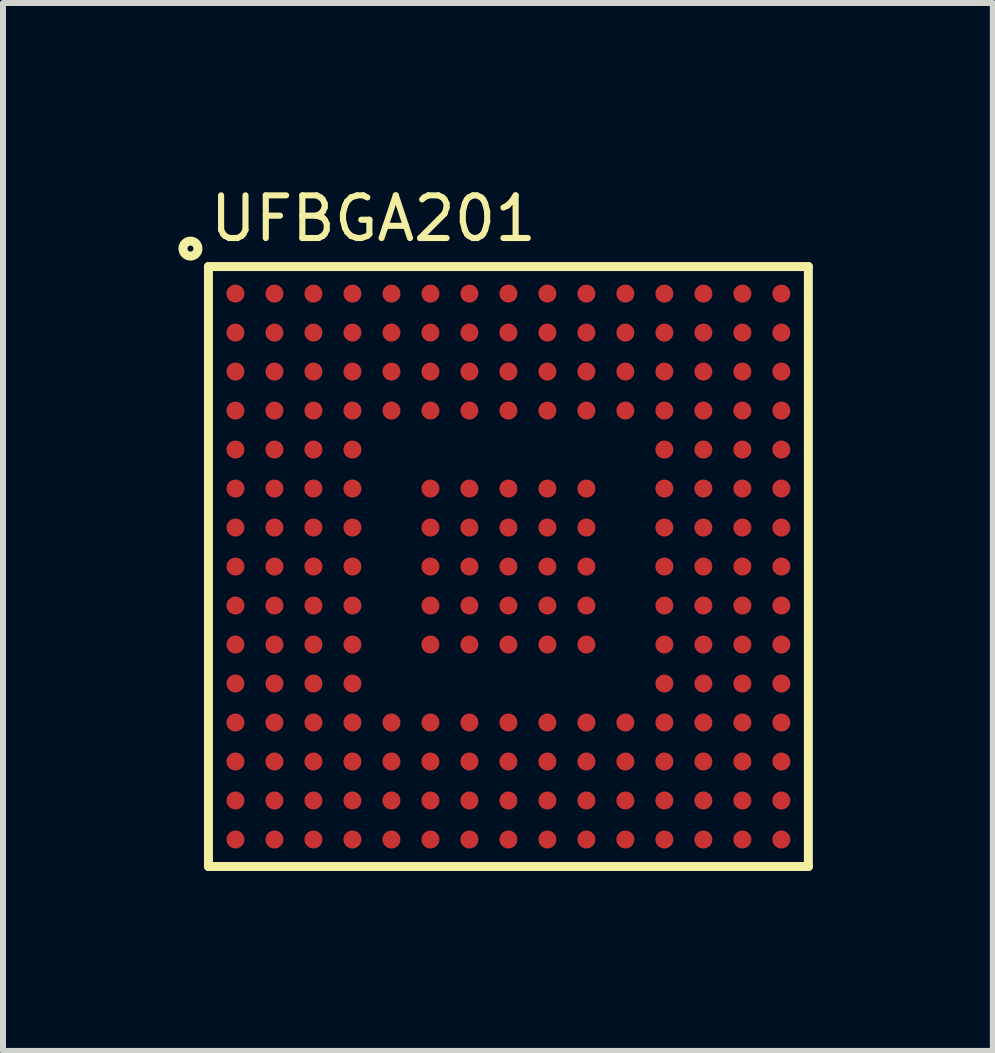
<source format=kicad_pcb>
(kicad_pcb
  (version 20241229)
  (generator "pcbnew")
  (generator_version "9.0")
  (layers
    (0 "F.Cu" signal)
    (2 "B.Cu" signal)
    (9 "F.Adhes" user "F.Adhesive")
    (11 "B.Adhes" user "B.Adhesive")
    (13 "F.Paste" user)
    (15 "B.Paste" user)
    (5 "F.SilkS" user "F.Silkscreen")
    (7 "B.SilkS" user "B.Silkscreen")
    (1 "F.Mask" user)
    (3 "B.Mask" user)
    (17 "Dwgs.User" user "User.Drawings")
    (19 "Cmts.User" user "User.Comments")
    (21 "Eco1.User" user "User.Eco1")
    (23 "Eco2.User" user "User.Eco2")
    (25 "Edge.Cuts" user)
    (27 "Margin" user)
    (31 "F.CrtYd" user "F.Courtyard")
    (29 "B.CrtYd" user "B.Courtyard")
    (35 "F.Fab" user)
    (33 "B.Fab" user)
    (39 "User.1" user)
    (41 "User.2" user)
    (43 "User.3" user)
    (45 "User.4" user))
  (footprint "UFBGA201"
    (layer "F.Cu")
    (at 0.875 1.844)
    (property "Reference" "UFBGA201" (at 2.3 -1.25 0) (layer "F.SilkS") (effects (font (size 0.711 0.711) (thickness 0.102))))
    (attr through_hole)
    (fp_line (start -0.45 -0.45) (end -0.45 9.55) (stroke (width 0.15) (type solid)) (layer "F.SilkS"))
    (fp_line (start -0.45 9.55) (end 9.55 9.55) (stroke (width 0.15) (type solid)) (layer "F.SilkS"))
    (fp_line (start 9.55 -0.45) (end -0.45 -0.45) (stroke (width 0.15) (type solid)) (layer "F.SilkS"))
    (fp_line (start 9.55 9.55) (end 9.55 -0.45) (stroke (width 0.15) (type solid)) (layer "F.SilkS"))
    (fp_circle (center -0.75 -0.75) (end -0.75 -0.7) (stroke (width 0.15) (type solid)) (fill no) (layer "F.SilkS"))
    (pad "A1" smd circle (at 0 0) (size 0.3 0.3) (layers "F.Cu" "F.Mask" "F.Paste"))
    (pad "A2" smd circle (at 0.65 0) (size 0.3 0.3) (layers "F.Cu" "F.Mask" "F.Paste"))
    (pad "A3" smd circle (at 1.3 0) (size 0.3 0.3) (layers "F.Cu" "F.Mask" "F.Paste"))
    (pad "A4" smd circle (at 1.95 0) (size 0.3 0.3) (layers "F.Cu" "F.Mask" "F.Paste"))
    (pad "A5" smd circle (at 2.6 0) (size 0.3 0.3) (layers "F.Cu" "F.Mask" "F.Paste"))
    (pad "A6" smd circle (at 3.25 0) (size 0.3 0.3) (layers "F.Cu" "F.Mask" "F.Paste"))
    (pad "A7" smd circle (at 3.9 0) (size 0.3 0.3) (layers "F.Cu" "F.Mask" "F.Paste"))
    (pad "A8" smd circle (at 4.55 0) (size 0.3 0.3) (layers "F.Cu" "F.Mask" "F.Paste"))
    (pad "A9" smd circle (at 5.2 0) (size 0.3 0.3) (layers "F.Cu" "F.Mask" "F.Paste"))
    (pad "A10" smd circle (at 5.85 0) (size 0.3 0.3) (layers "F.Cu" "F.Mask" "F.Paste"))
    (pad "A11" smd circle (at 6.5 0) (size 0.3 0.3) (layers "F.Cu" "F.Mask" "F.Paste"))
    (pad "A12" smd circle (at 7.15 0) (size 0.3 0.3) (layers "F.Cu" "F.Mask" "F.Paste"))
    (pad "A13" smd circle (at 7.8 0) (size 0.3 0.3) (layers "F.Cu" "F.Mask" "F.Paste"))
    (pad "A14" smd circle (at 8.45 0) (size 0.3 0.3) (layers "F.Cu" "F.Mask" "F.Paste"))
    (pad "A15" smd circle (at 9.1 0) (size 0.3 0.3) (layers "F.Cu" "F.Mask" "F.Paste"))
    (pad "B1" smd circle (at 0 0.65) (size 0.3 0.3) (layers "F.Cu" "F.Mask" "F.Paste"))
    (pad "B2" smd circle (at 0.65 0.65) (size 0.3 0.3) (layers "F.Cu" "F.Mask" "F.Paste"))
    (pad "B3" smd circle (at 1.3 0.65) (size 0.3 0.3) (layers "F.Cu" "F.Mask" "F.Paste"))
    (pad "B4" smd circle (at 1.95 0.65) (size 0.3 0.3) (layers "F.Cu" "F.Mask" "F.Paste"))
    (pad "B5" smd circle (at 2.6 0.65) (size 0.3 0.3) (layers "F.Cu" "F.Mask" "F.Paste"))
    (pad "B6" smd circle (at 3.25 0.65) (size 0.3 0.3) (layers "F.Cu" "F.Mask" "F.Paste"))
    (pad "B7" smd circle (at 3.9 0.65) (size 0.3 0.3) (layers "F.Cu" "F.Mask" "F.Paste"))
    (pad "B8" smd circle (at 4.55 0.65) (size 0.3 0.3) (layers "F.Cu" "F.Mask" "F.Paste"))
    (pad "B9" smd circle (at 5.2 0.65) (size 0.3 0.3) (layers "F.Cu" "F.Mask" "F.Paste"))
    (pad "B10" smd circle (at 5.85 0.65) (size 0.3 0.3) (layers "F.Cu" "F.Mask" "F.Paste"))
    (pad "B11" smd circle (at 6.5 0.65) (size 0.3 0.3) (layers "F.Cu" "F.Mask" "F.Paste"))
    (pad "B12" smd circle (at 7.15 0.65) (size 0.3 0.3) (layers "F.Cu" "F.Mask" "F.Paste"))
    (pad "B13" smd circle (at 7.8 0.65) (size 0.3 0.3) (layers "F.Cu" "F.Mask" "F.Paste"))
    (pad "B14" smd circle (at 8.45 0.65) (size 0.3 0.3) (layers "F.Cu" "F.Mask" "F.Paste"))
    (pad "B15" smd circle (at 9.1 0.65) (size 0.3 0.3) (layers "F.Cu" "F.Mask" "F.Paste"))
    (pad "C1" smd circle (at 0 1.3) (size 0.3 0.3) (layers "F.Cu" "F.Mask" "F.Paste"))
    (pad "C2" smd circle (at 0.65 1.3) (size 0.3 0.3) (layers "F.Cu" "F.Mask" "F.Paste"))
    (pad "C3" smd circle (at 1.3 1.3) (size 0.3 0.3) (layers "F.Cu" "F.Mask" "F.Paste"))
    (pad "C4" smd circle (at 1.95 1.3) (size 0.3 0.3) (layers "F.Cu" "F.Mask" "F.Paste"))
    (pad "C5" smd circle (at 2.6 1.3) (size 0.3 0.3) (layers "F.Cu" "F.Mask" "F.Paste"))
    (pad "C6" smd circle (at 3.25 1.3) (size 0.3 0.3) (layers "F.Cu" "F.Mask" "F.Paste"))
    (pad "C7" smd circle (at 3.9 1.3) (size 0.3 0.3) (layers "F.Cu" "F.Mask" "F.Paste"))
    (pad "C8" smd circle (at 4.55 1.3) (size 0.3 0.3) (layers "F.Cu" "F.Mask" "F.Paste"))
    (pad "C9" smd circle (at 5.2 1.3) (size 0.3 0.3) (layers "F.Cu" "F.Mask" "F.Paste"))
    (pad "C10" smd circle (at 5.85 1.3) (size 0.3 0.3) (layers "F.Cu" "F.Mask" "F.Paste"))
    (pad "C11" smd circle (at 6.5 1.3) (size 0.3 0.3) (layers "F.Cu" "F.Mask" "F.Paste"))
    (pad "C12" smd circle (at 7.15 1.3) (size 0.3 0.3) (layers "F.Cu" "F.Mask" "F.Paste"))
    (pad "C13" smd circle (at 7.8 1.3) (size 0.3 0.3) (layers "F.Cu" "F.Mask" "F.Paste"))
    (pad "C14" smd circle (at 8.45 1.3) (size 0.3 0.3) (layers "F.Cu" "F.Mask" "F.Paste"))
    (pad "C15" smd circle (at 9.1 1.3) (size 0.3 0.3) (layers "F.Cu" "F.Mask" "F.Paste"))
    (pad "D1" smd circle (at 0 1.95) (size 0.3 0.3) (layers "F.Cu" "F.Mask" "F.Paste"))
    (pad "D2" smd circle (at 0.65 1.95) (size 0.3 0.3) (layers "F.Cu" "F.Mask" "F.Paste"))
    (pad "D3" smd circle (at 1.3 1.95) (size 0.3 0.3) (layers "F.Cu" "F.Mask" "F.Paste"))
    (pad "D4" smd circle (at 1.95 1.95) (size 0.3 0.3) (layers "F.Cu" "F.Mask" "F.Paste"))
    (pad "D5" smd circle (at 2.6 1.95) (size 0.3 0.3) (layers "F.Cu" "F.Mask" "F.Paste"))
    (pad "D6" smd circle (at 3.25 1.95) (size 0.3 0.3) (layers "F.Cu" "F.Mask" "F.Paste"))
    (pad "D7" smd circle (at 3.9 1.95) (size 0.3 0.3) (layers "F.Cu" "F.Mask" "F.Paste"))
    (pad "D8" smd circle (at 4.55 1.95) (size 0.3 0.3) (layers "F.Cu" "F.Mask" "F.Paste"))
    (pad "D9" smd circle (at 5.2 1.95) (size 0.3 0.3) (layers "F.Cu" "F.Mask" "F.Paste"))
    (pad "D10" smd circle (at 5.85 1.95) (size 0.3 0.3) (layers "F.Cu" "F.Mask" "F.Paste"))
    (pad "D11" smd circle (at 6.5 1.95) (size 0.3 0.3) (layers "F.Cu" "F.Mask" "F.Paste"))
    (pad "D12" smd circle (at 7.15 1.95) (size 0.3 0.3) (layers "F.Cu" "F.Mask" "F.Paste"))
    (pad "D13" smd circle (at 7.8 1.95) (size 0.3 0.3) (layers "F.Cu" "F.Mask" "F.Paste"))
    (pad "D14" smd circle (at 8.45 1.95) (size 0.3 0.3) (layers "F.Cu" "F.Mask" "F.Paste"))
    (pad "D15" smd circle (at 9.1 1.95) (size 0.3 0.3) (layers "F.Cu" "F.Mask" "F.Paste"))
    (pad "E1" smd circle (at 0 2.6) (size 0.3 0.3) (layers "F.Cu" "F.Mask" "F.Paste"))
    (pad "E2" smd circle (at 0.65 2.6) (size 0.3 0.3) (layers "F.Cu" "F.Mask" "F.Paste"))
    (pad "E3" smd circle (at 1.3 2.6) (size 0.3 0.3) (layers "F.Cu" "F.Mask" "F.Paste"))
    (pad "E4" smd circle (at 1.95 2.6) (size 0.3 0.3) (layers "F.Cu" "F.Mask" "F.Paste"))
    (pad "E12" smd circle (at 7.15 2.6) (size 0.3 0.3) (layers "F.Cu" "F.Mask" "F.Paste"))
    (pad "E13" smd circle (at 7.8 2.6) (size 0.3 0.3) (layers "F.Cu" "F.Mask" "F.Paste"))
    (pad "E14" smd circle (at 8.45 2.6) (size 0.3 0.3) (layers "F.Cu" "F.Mask" "F.Paste"))
    (pad "E15" smd circle (at 9.1 2.6) (size 0.3 0.3) (layers "F.Cu" "F.Mask" "F.Paste"))
    (pad "F1" smd circle (at 0 3.25) (size 0.3 0.3) (layers "F.Cu" "F.Mask" "F.Paste"))
    (pad "F2" smd circle (at 0.65 3.25) (size 0.3 0.3) (layers "F.Cu" "F.Mask" "F.Paste"))
    (pad "F3" smd circle (at 1.3 3.25) (size 0.3 0.3) (layers "F.Cu" "F.Mask" "F.Paste"))
    (pad "F4" smd circle (at 1.95 3.25) (size 0.3 0.3) (layers "F.Cu" "F.Mask" "F.Paste"))
    (pad "F6" smd circle (at 3.25 3.25) (size 0.3 0.3) (layers "F.Cu" "F.Mask" "F.Paste"))
    (pad "F7" smd circle (at 3.9 3.25) (size 0.3 0.3) (layers "F.Cu" "F.Mask" "F.Paste"))
    (pad "F8" smd circle (at 4.55 3.25) (size 0.3 0.3) (layers "F.Cu" "F.Mask" "F.Paste"))
    (pad "F9" smd circle (at 5.2 3.25) (size 0.3 0.3) (layers "F.Cu" "F.Mask" "F.Paste"))
    (pad "F10" smd circle (at 5.85 3.25) (size 0.3 0.3) (layers "F.Cu" "F.Mask" "F.Paste"))
    (pad "F12" smd circle (at 7.15 3.25) (size 0.3 0.3) (layers "F.Cu" "F.Mask" "F.Paste"))
    (pad "F13" smd circle (at 7.8 3.25) (size 0.3 0.3) (layers "F.Cu" "F.Mask" "F.Paste"))
    (pad "F14" smd circle (at 8.45 3.25) (size 0.3 0.3) (layers "F.Cu" "F.Mask" "F.Paste"))
    (pad "F15" smd circle (at 9.1 3.25) (size 0.3 0.3) (layers "F.Cu" "F.Mask" "F.Paste"))
    (pad "G1" smd circle (at 0 3.9) (size 0.3 0.3) (layers "F.Cu" "F.Mask" "F.Paste"))
    (pad "G2" smd circle (at 0.65 3.9) (size 0.3 0.3) (layers "F.Cu" "F.Mask" "F.Paste"))
    (pad "G3" smd circle (at 1.3 3.9) (size 0.3 0.3) (layers "F.Cu" "F.Mask" "F.Paste"))
    (pad "G4" smd circle (at 1.95 3.9) (size 0.3 0.3) (layers "F.Cu" "F.Mask" "F.Paste"))
    (pad "G6" smd circle (at 3.25 3.9) (size 0.3 0.3) (layers "F.Cu" "F.Mask" "F.Paste"))
    (pad "G7" smd circle (at 3.9 3.9) (size 0.3 0.3) (layers "F.Cu" "F.Mask" "F.Paste"))
    (pad "G8" smd circle (at 4.55 3.9) (size 0.3 0.3) (layers "F.Cu" "F.Mask" "F.Paste"))
    (pad "G9" smd circle (at 5.2 3.9) (size 0.3 0.3) (layers "F.Cu" "F.Mask" "F.Paste"))
    (pad "G10" smd circle (at 5.85 3.9) (size 0.3 0.3) (layers "F.Cu" "F.Mask" "F.Paste"))
    (pad "G12" smd circle (at 7.15 3.9) (size 0.3 0.3) (layers "F.Cu" "F.Mask" "F.Paste"))
    (pad "G13" smd circle (at 7.8 3.9) (size 0.3 0.3) (layers "F.Cu" "F.Mask" "F.Paste"))
    (pad "G14" smd circle (at 8.45 3.9) (size 0.3 0.3) (layers "F.Cu" "F.Mask" "F.Paste"))
    (pad "G15" smd circle (at 9.1 3.9) (size 0.3 0.3) (layers "F.Cu" "F.Mask" "F.Paste"))
    (pad "H1" smd circle (at 0 4.55) (size 0.3 0.3) (layers "F.Cu" "F.Mask" "F.Paste"))
    (pad "H2" smd circle (at 0.65 4.55) (size 0.3 0.3) (layers "F.Cu" "F.Mask" "F.Paste"))
    (pad "H3" smd circle (at 1.3 4.55) (size 0.3 0.3) (layers "F.Cu" "F.Mask" "F.Paste"))
    (pad "H4" smd circle (at 1.95 4.55) (size 0.3 0.3) (layers "F.Cu" "F.Mask" "F.Paste"))
    (pad "H6" smd circle (at 3.25 4.55) (size 0.3 0.3) (layers "F.Cu" "F.Mask" "F.Paste"))
    (pad "H7" smd circle (at 3.9 4.55) (size 0.3 0.3) (layers "F.Cu" "F.Mask" "F.Paste"))
    (pad "H8" smd circle (at 4.55 4.55) (size 0.3 0.3) (layers "F.Cu" "F.Mask" "F.Paste"))
    (pad "H9" smd circle (at 5.2 4.55) (size 0.3 0.3) (layers "F.Cu" "F.Mask" "F.Paste"))
    (pad "H10" smd circle (at 5.85 4.55) (size 0.3 0.3) (layers "F.Cu" "F.Mask" "F.Paste"))
    (pad "H12" smd circle (at 7.15 4.55) (size 0.3 0.3) (layers "F.Cu" "F.Mask" "F.Paste"))
    (pad "H13" smd circle (at 7.8 4.55) (size 0.3 0.3) (layers "F.Cu" "F.Mask" "F.Paste"))
    (pad "H14" smd circle (at 8.45 4.55) (size 0.3 0.3) (layers "F.Cu" "F.Mask" "F.Paste"))
    (pad "H15" smd circle (at 9.1 4.55) (size 0.3 0.3) (layers "F.Cu" "F.Mask" "F.Paste"))
    (pad "J1" smd circle (at 0 5.2) (size 0.3 0.3) (layers "F.Cu" "F.Mask" "F.Paste"))
    (pad "J2" smd circle (at 0.65 5.2) (size 0.3 0.3) (layers "F.Cu" "F.Mask" "F.Paste"))
    (pad "J3" smd circle (at 1.3 5.2) (size 0.3 0.3) (layers "F.Cu" "F.Mask" "F.Paste"))
    (pad "J4" smd circle (at 1.95 5.2) (size 0.3 0.3) (layers "F.Cu" "F.Mask" "F.Paste"))
    (pad "J6" smd circle (at 3.25 5.2) (size 0.3 0.3) (layers "F.Cu" "F.Mask" "F.Paste"))
    (pad "J7" smd circle (at 3.9 5.2) (size 0.3 0.3) (layers "F.Cu" "F.Mask" "F.Paste"))
    (pad "J8" smd circle (at 4.55 5.2) (size 0.3 0.3) (layers "F.Cu" "F.Mask" "F.Paste"))
    (pad "J9" smd circle (at 5.2 5.2) (size 0.3 0.3) (layers "F.Cu" "F.Mask" "F.Paste"))
    (pad "J10" smd circle (at 5.85 5.2) (size 0.3 0.3) (layers "F.Cu" "F.Mask" "F.Paste"))
    (pad "J12" smd circle (at 7.15 5.2) (size 0.3 0.3) (layers "F.Cu" "F.Mask" "F.Paste"))
    (pad "J13" smd circle (at 7.8 5.2) (size 0.3 0.3) (layers "F.Cu" "F.Mask" "F.Paste"))
    (pad "J14" smd circle (at 8.45 5.2) (size 0.3 0.3) (layers "F.Cu" "F.Mask" "F.Paste"))
    (pad "J15" smd circle (at 9.1 5.2) (size 0.3 0.3) (layers "F.Cu" "F.Mask" "F.Paste"))
    (pad "K1" smd circle (at 0 5.85) (size 0.3 0.3) (layers "F.Cu" "F.Mask" "F.Paste"))
    (pad "K2" smd circle (at 0.65 5.85) (size 0.3 0.3) (layers "F.Cu" "F.Mask" "F.Paste"))
    (pad "K3" smd circle (at 1.3 5.85) (size 0.3 0.3) (layers "F.Cu" "F.Mask" "F.Paste"))
    (pad "K4" smd circle (at 1.95 5.85) (size 0.3 0.3) (layers "F.Cu" "F.Mask" "F.Paste"))
    (pad "K6" smd circle (at 3.25 5.85) (size 0.3 0.3) (layers "F.Cu" "F.Mask" "F.Paste"))
    (pad "K7" smd circle (at 3.9 5.85) (size 0.3 0.3) (layers "F.Cu" "F.Mask" "F.Paste"))
    (pad "K8" smd circle (at 4.55 5.85) (size 0.3 0.3) (layers "F.Cu" "F.Mask" "F.Paste"))
    (pad "K9" smd circle (at 5.2 5.85) (size 0.3 0.3) (layers "F.Cu" "F.Mask" "F.Paste"))
    (pad "K10" smd circle (at 5.85 5.85) (size 0.3 0.3) (layers "F.Cu" "F.Mask" "F.Paste"))
    (pad "K12" smd circle (at 7.15 5.85) (size 0.3 0.3) (layers "F.Cu" "F.Mask" "F.Paste"))
    (pad "K13" smd circle (at 7.8 5.85) (size 0.3 0.3) (layers "F.Cu" "F.Mask" "F.Paste"))
    (pad "K14" smd circle (at 8.45 5.85) (size 0.3 0.3) (layers "F.Cu" "F.Mask" "F.Paste"))
    (pad "K15" smd circle (at 9.1 5.85) (size 0.3 0.3) (layers "F.Cu" "F.Mask" "F.Paste"))
    (pad "L1" smd circle (at 0 6.5) (size 0.3 0.3) (layers "F.Cu" "F.Mask" "F.Paste"))
    (pad "L2" smd circle (at 0.65 6.5) (size 0.3 0.3) (layers "F.Cu" "F.Mask" "F.Paste"))
    (pad "L3" smd circle (at 1.3 6.5) (size 0.3 0.3) (layers "F.Cu" "F.Mask" "F.Paste"))
    (pad "L4" smd circle (at 1.95 6.5) (size 0.3 0.3) (layers "F.Cu" "F.Mask" "F.Paste"))
    (pad "L12" smd circle (at 7.15 6.5) (size 0.3 0.3) (layers "F.Cu" "F.Mask" "F.Paste"))
    (pad "L13" smd circle (at 7.8 6.5) (size 0.3 0.3) (layers "F.Cu" "F.Mask" "F.Paste"))
    (pad "L14" smd circle (at 8.45 6.5) (size 0.3 0.3) (layers "F.Cu" "F.Mask" "F.Paste"))
    (pad "L15" smd circle (at 9.1 6.5) (size 0.3 0.3) (layers "F.Cu" "F.Mask" "F.Paste"))
    (pad "M1" smd circle (at 0 7.15) (size 0.3 0.3) (layers "F.Cu" "F.Mask" "F.Paste"))
    (pad "M2" smd circle (at 0.65 7.15) (size 0.3 0.3) (layers "F.Cu" "F.Mask" "F.Paste"))
    (pad "M3" smd circle (at 1.3 7.15) (size 0.3 0.3) (layers "F.Cu" "F.Mask" "F.Paste"))
    (pad "M4" smd circle (at 1.95 7.15) (size 0.3 0.3) (layers "F.Cu" "F.Mask" "F.Paste"))
    (pad "M5" smd circle (at 2.6 7.15) (size 0.3 0.3) (layers "F.Cu" "F.Mask" "F.Paste"))
    (pad "M6" smd circle (at 3.25 7.15) (size 0.3 0.3) (layers "F.Cu" "F.Mask" "F.Paste"))
    (pad "M7" smd circle (at 3.9 7.15) (size 0.3 0.3) (layers "F.Cu" "F.Mask" "F.Paste"))
    (pad "M8" smd circle (at 4.55 7.15) (size 0.3 0.3) (layers "F.Cu" "F.Mask" "F.Paste"))
    (pad "M9" smd circle (at 5.2 7.15) (size 0.3 0.3) (layers "F.Cu" "F.Mask" "F.Paste"))
    (pad "M10" smd circle (at 5.85 7.15) (size 0.3 0.3) (layers "F.Cu" "F.Mask" "F.Paste"))
    (pad "M11" smd circle (at 6.5 7.15) (size 0.3 0.3) (layers "F.Cu" "F.Mask" "F.Paste"))
    (pad "M12" smd circle (at 7.15 7.15) (size 0.3 0.3) (layers "F.Cu" "F.Mask" "F.Paste"))
    (pad "M13" smd circle (at 7.8 7.15) (size 0.3 0.3) (layers "F.Cu" "F.Mask" "F.Paste"))
    (pad "M14" smd circle (at 8.45 7.15) (size 0.3 0.3) (layers "F.Cu" "F.Mask" "F.Paste"))
    (pad "M15" smd circle (at 9.1 7.15) (size 0.3 0.3) (layers "F.Cu" "F.Mask" "F.Paste"))
    (pad "N1" smd circle (at 0 7.8) (size 0.3 0.3) (layers "F.Cu" "F.Mask" "F.Paste"))
    (pad "N2" smd circle (at 0.65 7.8) (size 0.3 0.3) (layers "F.Cu" "F.Mask" "F.Paste"))
    (pad "N3" smd circle (at 1.3 7.8) (size 0.3 0.3) (layers "F.Cu" "F.Mask" "F.Paste"))
    (pad "N4" smd circle (at 1.95 7.8) (size 0.3 0.3) (layers "F.Cu" "F.Mask" "F.Paste"))
    (pad "N5" smd circle (at 2.6 7.8) (size 0.3 0.3) (layers "F.Cu" "F.Mask" "F.Paste"))
    (pad "N6" smd circle (at 3.25 7.8) (size 0.3 0.3) (layers "F.Cu" "F.Mask" "F.Paste"))
    (pad "N7" smd circle (at 3.9 7.8) (size 0.3 0.3) (layers "F.Cu" "F.Mask" "F.Paste"))
    (pad "N8" smd circle (at 4.55 7.8) (size 0.3 0.3) (layers "F.Cu" "F.Mask" "F.Paste"))
    (pad "N9" smd circle (at 5.2 7.8) (size 0.3 0.3) (layers "F.Cu" "F.Mask" "F.Paste"))
    (pad "N10" smd circle (at 5.85 7.8) (size 0.3 0.3) (layers "F.Cu" "F.Mask" "F.Paste"))
    (pad "N11" smd circle (at 6.5 7.8) (size 0.3 0.3) (layers "F.Cu" "F.Mask" "F.Paste"))
    (pad "N12" smd circle (at 7.15 7.8) (size 0.3 0.3) (layers "F.Cu" "F.Mask" "F.Paste"))
    (pad "N13" smd circle (at 7.8 7.8) (size 0.3 0.3) (layers "F.Cu" "F.Mask" "F.Paste"))
    (pad "N14" smd circle (at 8.45 7.8) (size 0.3 0.3) (layers "F.Cu" "F.Mask" "F.Paste"))
    (pad "N15" smd circle (at 9.1 7.8) (size 0.3 0.3) (layers "F.Cu" "F.Mask" "F.Paste"))
    (pad "P1" smd circle (at 0 8.45) (size 0.3 0.3) (layers "F.Cu" "F.Mask" "F.Paste"))
    (pad "P2" smd circle (at 0.65 8.45) (size 0.3 0.3) (layers "F.Cu" "F.Mask" "F.Paste"))
    (pad "P3" smd circle (at 1.3 8.45) (size 0.3 0.3) (layers "F.Cu" "F.Mask" "F.Paste"))
    (pad "P4" smd circle (at 1.95 8.45) (size 0.3 0.3) (layers "F.Cu" "F.Mask" "F.Paste"))
    (pad "P5" smd circle (at 2.6 8.45) (size 0.3 0.3) (layers "F.Cu" "F.Mask" "F.Paste"))
    (pad "P6" smd circle (at 3.25 8.45) (size 0.3 0.3) (layers "F.Cu" "F.Mask" "F.Paste"))
    (pad "P7" smd circle (at 3.9 8.45) (size 0.3 0.3) (layers "F.Cu" "F.Mask" "F.Paste"))
    (pad "P8" smd circle (at 4.55 8.45) (size 0.3 0.3) (layers "F.Cu" "F.Mask" "F.Paste"))
    (pad "P9" smd circle (at 5.2 8.45) (size 0.3 0.3) (layers "F.Cu" "F.Mask" "F.Paste"))
    (pad "P10" smd circle (at 5.85 8.45) (size 0.3 0.3) (layers "F.Cu" "F.Mask" "F.Paste"))
    (pad "P11" smd circle (at 6.5 8.45) (size 0.3 0.3) (layers "F.Cu" "F.Mask" "F.Paste"))
    (pad "P12" smd circle (at 7.15 8.45) (size 0.3 0.3) (layers "F.Cu" "F.Mask" "F.Paste"))
    (pad "P13" smd circle (at 7.8 8.45) (size 0.3 0.3) (layers "F.Cu" "F.Mask" "F.Paste"))
    (pad "P14" smd circle (at 8.45 8.45) (size 0.3 0.3) (layers "F.Cu" "F.Mask" "F.Paste"))
    (pad "P15" smd circle (at 9.1 8.45) (size 0.3 0.3) (layers "F.Cu" "F.Mask" "F.Paste"))
    (pad "R1" smd circle (at 0 9.1) (size 0.3 0.3) (layers "F.Cu" "F.Mask" "F.Paste"))
    (pad "R2" smd circle (at 0.65 9.1) (size 0.3 0.3) (layers "F.Cu" "F.Mask" "F.Paste"))
    (pad "R3" smd circle (at 1.3 9.1) (size 0.3 0.3) (layers "F.Cu" "F.Mask" "F.Paste"))
    (pad "R4" smd circle (at 1.95 9.1) (size 0.3 0.3) (layers "F.Cu" "F.Mask" "F.Paste"))
    (pad "R5" smd circle (at 2.6 9.1) (size 0.3 0.3) (layers "F.Cu" "F.Mask" "F.Paste"))
    (pad "R6" smd circle (at 3.25 9.1) (size 0.3 0.3) (layers "F.Cu" "F.Mask" "F.Paste"))
    (pad "R7" smd circle (at 3.9 9.1) (size 0.3 0.3) (layers "F.Cu" "F.Mask" "F.Paste"))
    (pad "R8" smd circle (at 4.55 9.1) (size 0.3 0.3) (layers "F.Cu" "F.Mask" "F.Paste"))
    (pad "R9" smd circle (at 5.2 9.1) (size 0.3 0.3) (layers "F.Cu" "F.Mask" "F.Paste"))
    (pad "R10" smd circle (at 5.85 9.1) (size 0.3 0.3) (layers "F.Cu" "F.Mask" "F.Paste"))
    (pad "R11" smd circle (at 6.5 9.1) (size 0.3 0.3) (layers "F.Cu" "F.Mask" "F.Paste"))
    (pad "R12" smd circle (at 7.15 9.1) (size 0.3 0.3) (layers "F.Cu" "F.Mask" "F.Paste"))
    (pad "R13" smd circle (at 7.8 9.1) (size 0.3 0.3) (layers "F.Cu" "F.Mask" "F.Paste"))
    (pad "R14" smd circle (at 8.45 9.1) (size 0.3 0.3) (layers "F.Cu" "F.Mask" "F.Paste"))
    (pad "R15" smd circle (at 9.1 9.1) (size 0.3 0.3) (layers "F.Cu" "F.Mask" "F.Paste")))
  (gr_rect
    (start -3 -3)
    (end 13.5 14.469)
    (stroke (width 0.1) (type default))
    (fill no)
    (layer "Edge.Cuts")))
</source>
